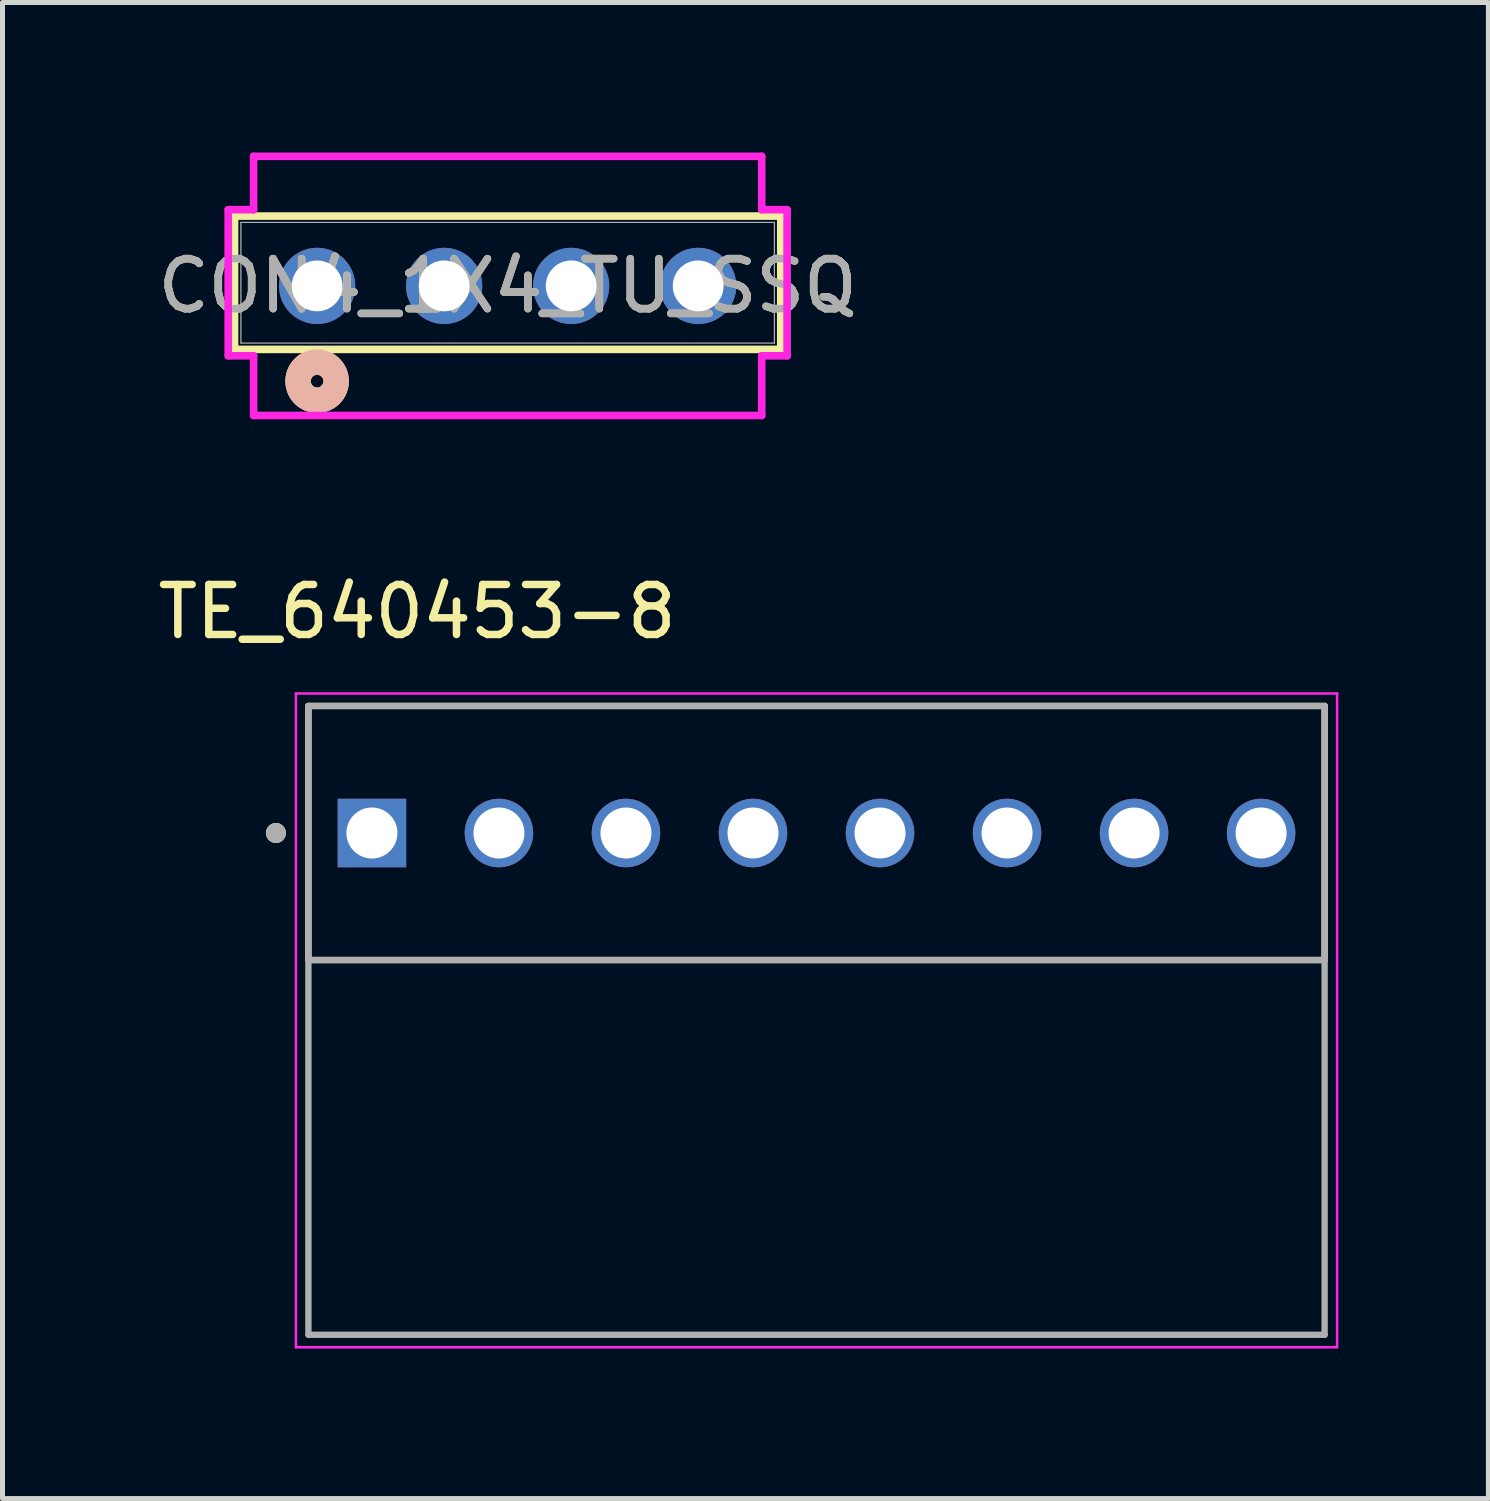
<source format=kicad_pcb>
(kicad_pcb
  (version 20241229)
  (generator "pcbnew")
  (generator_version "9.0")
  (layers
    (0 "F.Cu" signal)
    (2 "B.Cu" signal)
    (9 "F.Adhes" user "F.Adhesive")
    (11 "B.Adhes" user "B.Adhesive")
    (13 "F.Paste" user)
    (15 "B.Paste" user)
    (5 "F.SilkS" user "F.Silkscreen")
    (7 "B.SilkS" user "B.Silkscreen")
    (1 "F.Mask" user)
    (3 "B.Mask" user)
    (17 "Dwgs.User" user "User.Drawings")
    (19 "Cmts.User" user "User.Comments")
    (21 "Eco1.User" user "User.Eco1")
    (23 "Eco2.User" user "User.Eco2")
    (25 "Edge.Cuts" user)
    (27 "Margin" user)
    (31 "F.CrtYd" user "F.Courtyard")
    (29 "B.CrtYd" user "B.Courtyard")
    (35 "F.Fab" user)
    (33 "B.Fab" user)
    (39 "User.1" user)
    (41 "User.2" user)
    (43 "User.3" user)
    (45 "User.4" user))
  (footprint "CON4_1X4_TU_SSQ"
    (layer "F.Cu")
    (at 7.101 2.667)
    (property "Reference" "CON4_1X4_TU_SSQ" (at 0 0 0) (unlocked yes) (layer "F.SilkS") (effects (font (size 1 1) (thickness 0.15))))
    (attr through_hole)
    (fp_line (start -5.461 -1.397) (end -5.461 1.27) (stroke (width 0.152) (type solid)) (layer "F.SilkS"))
    (fp_line (start -5.461 1.27) (end 5.461 1.27) (stroke (width 0.152) (type solid)) (layer "F.SilkS"))
    (fp_line (start 5.461 -1.397) (end -5.461 -1.397) (stroke (width 0.152) (type solid)) (layer "F.SilkS"))
    (fp_line (start 5.461 1.27) (end 5.461 -1.397) (stroke (width 0.152) (type solid)) (layer "F.SilkS"))
    (fp_circle (center -3.81 1.905) (end -3.429 1.905) (stroke (width 0.508) (type solid)) (fill no) (layer "F.SilkS"))
    (fp_circle (center -3.81 1.905) (end -3.429 1.905) (stroke (width 0.508) (type solid)) (fill no) (layer "B.SilkS"))
    (fp_line (start -5.588 -1.524) (end -5.588 1.397) (stroke (width 0.152) (type solid)) (layer "F.CrtYd"))
    (fp_line (start -5.588 1.397) (end -5.08 1.397) (stroke (width 0.152) (type solid)) (layer "F.CrtYd"))
    (fp_line (start -5.08 -2.591) (end -5.08 -1.524) (stroke (width 0.152) (type solid)) (layer "F.CrtYd"))
    (fp_line (start -5.08 -1.524) (end -5.588 -1.524) (stroke (width 0.152) (type solid)) (layer "F.CrtYd"))
    (fp_line (start -5.08 1.397) (end -5.08 2.591) (stroke (width 0.152) (type solid)) (layer "F.CrtYd"))
    (fp_line (start -5.08 2.591) (end 5.08 2.591) (stroke (width 0.152) (type solid)) (layer "F.CrtYd"))
    (fp_line (start 5.08 -2.591) (end -5.08 -2.591) (stroke (width 0.152) (type solid)) (layer "F.CrtYd"))
    (fp_line (start 5.08 -1.524) (end 5.08 -2.591) (stroke (width 0.152) (type solid)) (layer "F.CrtYd"))
    (fp_line (start 5.08 1.397) (end 5.588 1.397) (stroke (width 0.152) (type solid)) (layer "F.CrtYd"))
    (fp_line (start 5.08 2.591) (end 5.08 1.397) (stroke (width 0.152) (type solid)) (layer "F.CrtYd"))
    (fp_line (start 5.588 -1.524) (end 5.08 -1.524) (stroke (width 0.152) (type solid)) (layer "F.CrtYd"))
    (fp_line (start 5.588 1.397) (end 5.588 -1.524) (stroke (width 0.152) (type solid)) (layer "F.CrtYd"))
    (fp_line (start -5.334 -1.27) (end -5.334 1.143) (stroke (width 0.025) (type solid)) (layer "F.Fab"))
    (fp_line (start -5.334 1.143) (end 5.334 1.143) (stroke (width 0.025) (type solid)) (layer "F.Fab"))
    (fp_line (start 5.334 -1.27) (end -5.334 -1.27) (stroke (width 0.025) (type solid)) (layer "F.Fab"))
    (fp_line (start 5.334 1.143) (end 5.334 -1.27) (stroke (width 0.025) (type solid)) (layer "F.Fab"))
    (fp_circle (center -3.81 0) (end -3.556 0) (stroke (width 0.025) (type solid)) (fill no) (layer "F.Fab"))
    (fp_text user "${REFERENCE}" (at 0 0 0) (unlocked yes) (layer "F.Fab") (effects (font (size 1 1) (thickness 0.15))))
    (pad "1" thru_hole circle (at -3.81 0 90) (size 1.524 1.524) (drill 1.016) (layers "*.Cu" "*.Mask"))
    (pad "2" thru_hole circle (at -1.27 0 90) (size 1.524 1.524) (drill 1.016) (layers "*.Cu" "*.Mask"))
    (pad "3" thru_hole circle (at 1.27 0 90) (size 1.524 1.524) (drill 1.016) (layers "*.Cu" "*.Mask"))
    (pad "4" thru_hole circle (at 3.81 0 90) (size 1.524 1.524) (drill 1.016) (layers "*.Cu" "*.Mask")))
  (footprint "TE_640453-8"
    (layer "F.Cu")
    (at 4.387 13.607)
    (property "Reference" "TE_640453-8" (at 0.905 -4.425 0) (layer "F.SilkS") (effects (font (size 1 1) (thickness 0.15))))
    (attr through_hole)
    (fp_line (start -1.27 2.54) (end -1.27 -2.54) (stroke (width 0.127) (type solid)) (layer "F.SilkS"))
    (fp_line (start 19.05 -2.54) (end -1.27 -2.54) (stroke (width 0.127) (type solid)) (layer "F.SilkS"))
    (fp_line (start 19.05 -2.54) (end 19.05 2.54) (stroke (width 0.127) (type solid)) (layer "F.SilkS"))
    (fp_line (start 19.05 2.54) (end -1.27 2.54) (stroke (width 0.127) (type solid)) (layer "F.SilkS"))
    (fp_circle (center -1.92 0) (end -1.82 0) (stroke (width 0.2) (type solid)) (fill no) (layer "F.SilkS"))
    (fp_line (start -1.52 -2.79) (end 19.3 -2.79) (stroke (width 0.05) (type solid)) (layer "F.CrtYd"))
    (fp_line (start -1.52 10.283) (end -1.52 -2.79) (stroke (width 0.05) (type solid)) (layer "F.CrtYd"))
    (fp_line (start 19.3 -2.79) (end 19.3 10.283) (stroke (width 0.05) (type solid)) (layer "F.CrtYd"))
    (fp_line (start 19.3 10.283) (end -1.52 10.283) (stroke (width 0.05) (type solid)) (layer "F.CrtYd"))
    (fp_line (start -1.27 -2.54) (end 19.05 -2.54) (stroke (width 0.127) (type solid)) (layer "F.Fab"))
    (fp_line (start -1.27 2.54) (end -1.27 -2.54) (stroke (width 0.127) (type solid)) (layer "F.Fab"))
    (fp_line (start -1.27 2.54) (end -1.27 10.033) (stroke (width 0.127) (type solid)) (layer "F.Fab"))
    (fp_line (start -1.27 10.033) (end 19.05 10.033) (stroke (width 0.127) (type solid)) (layer "F.Fab"))
    (fp_line (start 19.05 -2.54) (end 19.05 2.54) (stroke (width 0.127) (type solid)) (layer "F.Fab"))
    (fp_line (start 19.05 2.54) (end -1.27 2.54) (stroke (width 0.127) (type solid)) (layer "F.Fab"))
    (fp_line (start 19.05 10.033) (end 19.05 2.54) (stroke (width 0.127) (type solid)) (layer "F.Fab"))
    (fp_circle (center -1.92 0) (end -1.82 0) (stroke (width 0.2) (type solid)) (fill no) (layer "F.Fab"))
    (pad "1" thru_hole rect (at 0 0) (size 1.37 1.37) (drill 1.02) (layers "*.Cu" "*.Mask"))
    (pad "2" thru_hole circle (at 2.54 0) (size 1.37 1.37) (drill 1.02) (layers "*.Cu" "*.Mask"))
    (pad "3" thru_hole circle (at 5.08 0) (size 1.37 1.37) (drill 1.02) (layers "*.Cu" "*.Mask"))
    (pad "4" thru_hole circle (at 7.62 0) (size 1.37 1.37) (drill 1.02) (layers "*.Cu" "*.Mask"))
    (pad "5" thru_hole circle (at 10.16 0) (size 1.37 1.37) (drill 1.02) (layers "*.Cu" "*.Mask"))
    (pad "6" thru_hole circle (at 12.7 0) (size 1.37 1.37) (drill 1.02) (layers "*.Cu" "*.Mask"))
    (pad "7" thru_hole circle (at 15.24 0) (size 1.37 1.37) (drill 1.02) (layers "*.Cu" "*.Mask"))
    (pad "8" thru_hole circle (at 17.78 0) (size 1.37 1.37) (drill 1.02) (layers "*.Cu" "*.Mask")))
  (gr_rect
    (start -3 -3)
    (end 26.712 26.915)
    (stroke (width 0.1) (type default))
    (fill no)
    (layer "Edge.Cuts")))
</source>
